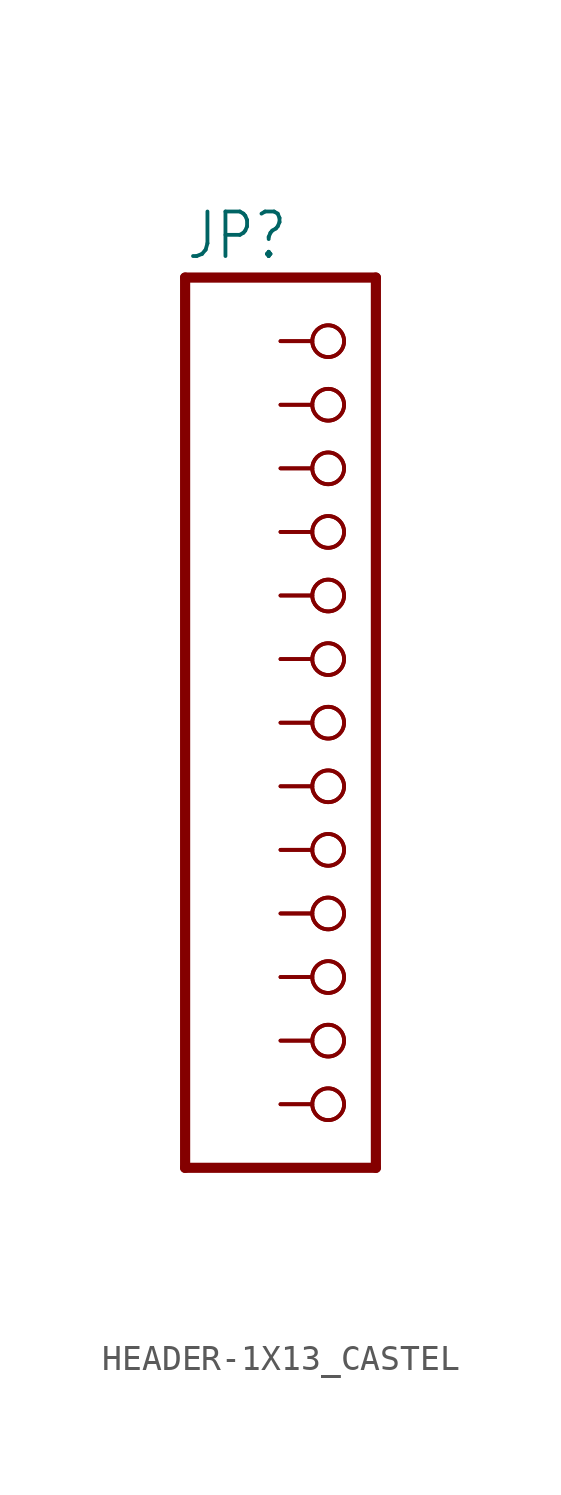
<source format=kicad_sym>
(kicad_symbol_lib
  (version 20220914)
  (generator kicad_symbol_editor)
  (symbol "HEADER-1X13_CASTEL"
    (property "Reference" "JP"
      (at -6.35 18.415 0)
      (effects (font (size 1.778 1.511)) (justify left bottom)))
    (property "Value" ""
      (at -6.35 -20.32 0)
      (effects (font (size 1.778 1.511)) (justify left bottom)))
    (property "ki_locked" ""
      (at 0 0 0)
      (effects (font (size 1.27 1.27))))
    (symbol "HEADER-1X13_CASTEL_1_0"
      (polyline (pts (xy -6.35 -17.78) (xy 1.27 -17.78)) (stroke (width 0.406) (type solid)) (fill (type none)))
      (polyline (pts (xy -6.35 17.78) (xy -6.35 -17.78)) (stroke (width 0.406) (type solid)) (fill (type none)))
      (polyline (pts (xy 1.27 -17.78) (xy 1.27 17.78)) (stroke (width 0.406) (type solid)) (fill (type none)))
      (polyline (pts (xy 1.27 17.78) (xy -6.35 17.78)) (stroke (width 0.406) (type solid)) (fill (type none)))
      (pin passive inverted (at -2.54 15.24 0) (length 2.54) (name "1" (effects (font (size 0 0)))) (number "1" (effects (font (size 0 0)))))
      (pin passive inverted (at -2.54 -7.62 0) (length 2.54) (name "10" (effects (font (size 0 0)))) (number "10" (effects (font (size 0 0)))))
      (pin passive inverted (at -2.54 -7.62 0) (length 2.54) (name "10" (effects (font (size 0 0)))) (number "10C" (effects (font (size 0 0)))))
      (pin passive inverted (at -2.54 -10.16 0) (length 2.54) (name "11" (effects (font (size 0 0)))) (number "11" (effects (font (size 0 0)))))
      (pin passive inverted (at -2.54 -10.16 0) (length 2.54) (name "11" (effects (font (size 0 0)))) (number "11C" (effects (font (size 0 0)))))
      (pin passive inverted (at -2.54 -12.7 0) (length 2.54) (name "12" (effects (font (size 0 0)))) (number "12" (effects (font (size 0 0)))))
      (pin passive inverted (at -2.54 -12.7 0) (length 2.54) (name "12" (effects (font (size 0 0)))) (number "12C" (effects (font (size 0 0)))))
      (pin passive inverted (at -2.54 -15.24 0) (length 2.54) (name "13" (effects (font (size 0 0)))) (number "13" (effects (font (size 0 0)))))
      (pin passive inverted (at -2.54 -15.24 0) (length 2.54) (name "13" (effects (font (size 0 0)))) (number "13C" (effects (font (size 0 0)))))
      (pin passive inverted (at -2.54 15.24 0) (length 2.54) (name "1" (effects (font (size 0 0)))) (number "1C" (effects (font (size 0 0)))))
      (pin passive inverted (at -2.54 12.7 0) (length 2.54) (name "2" (effects (font (size 0 0)))) (number "2" (effects (font (size 0 0)))))
      (pin passive inverted (at -2.54 12.7 0) (length 2.54) (name "2" (effects (font (size 0 0)))) (number "2C" (effects (font (size 0 0)))))
      (pin passive inverted (at -2.54 10.16 0) (length 2.54) (name "3" (effects (font (size 0 0)))) (number "3" (effects (font (size 0 0)))))
      (pin passive inverted (at -2.54 10.16 0) (length 2.54) (name "3" (effects (font (size 0 0)))) (number "3C" (effects (font (size 0 0)))))
      (pin passive inverted (at -2.54 7.62 0) (length 2.54) (name "4" (effects (font (size 0 0)))) (number "4" (effects (font (size 0 0)))))
      (pin passive inverted (at -2.54 7.62 0) (length 2.54) (name "4" (effects (font (size 0 0)))) (number "4C" (effects (font (size 0 0)))))
      (pin passive inverted (at -2.54 5.08 0) (length 2.54) (name "5" (effects (font (size 0 0)))) (number "5" (effects (font (size 0 0)))))
      (pin passive inverted (at -2.54 5.08 0) (length 2.54) (name "5" (effects (font (size 0 0)))) (number "5C" (effects (font (size 0 0)))))
      (pin passive inverted (at -2.54 2.54 0) (length 2.54) (name "6" (effects (font (size 0 0)))) (number "6" (effects (font (size 0 0)))))
      (pin passive inverted (at -2.54 2.54 0) (length 2.54) (name "6" (effects (font (size 0 0)))) (number "6C" (effects (font (size 0 0)))))
      (pin passive inverted (at -2.54 0 0) (length 2.54) (name "7" (effects (font (size 0 0)))) (number "7" (effects (font (size 0 0)))))
      (pin passive inverted (at -2.54 0 0) (length 2.54) (name "7" (effects (font (size 0 0)))) (number "7C" (effects (font (size 0 0)))))
      (pin passive inverted (at -2.54 -2.54 0) (length 2.54) (name "8" (effects (font (size 0 0)))) (number "8" (effects (font (size 0 0)))))
      (pin passive inverted (at -2.54 -2.54 0) (length 2.54) (name "8" (effects (font (size 0 0)))) (number "8C" (effects (font (size 0 0)))))
      (pin passive inverted (at -2.54 -5.08 0) (length 2.54) (name "9" (effects (font (size 0 0)))) (number "9" (effects (font (size 0 0)))))
      (pin passive inverted (at -2.54 -5.08 0) (length 2.54) (name "9" (effects (font (size 0 0)))) (number "9C" (effects (font (size 0 0))))))))
</source>
